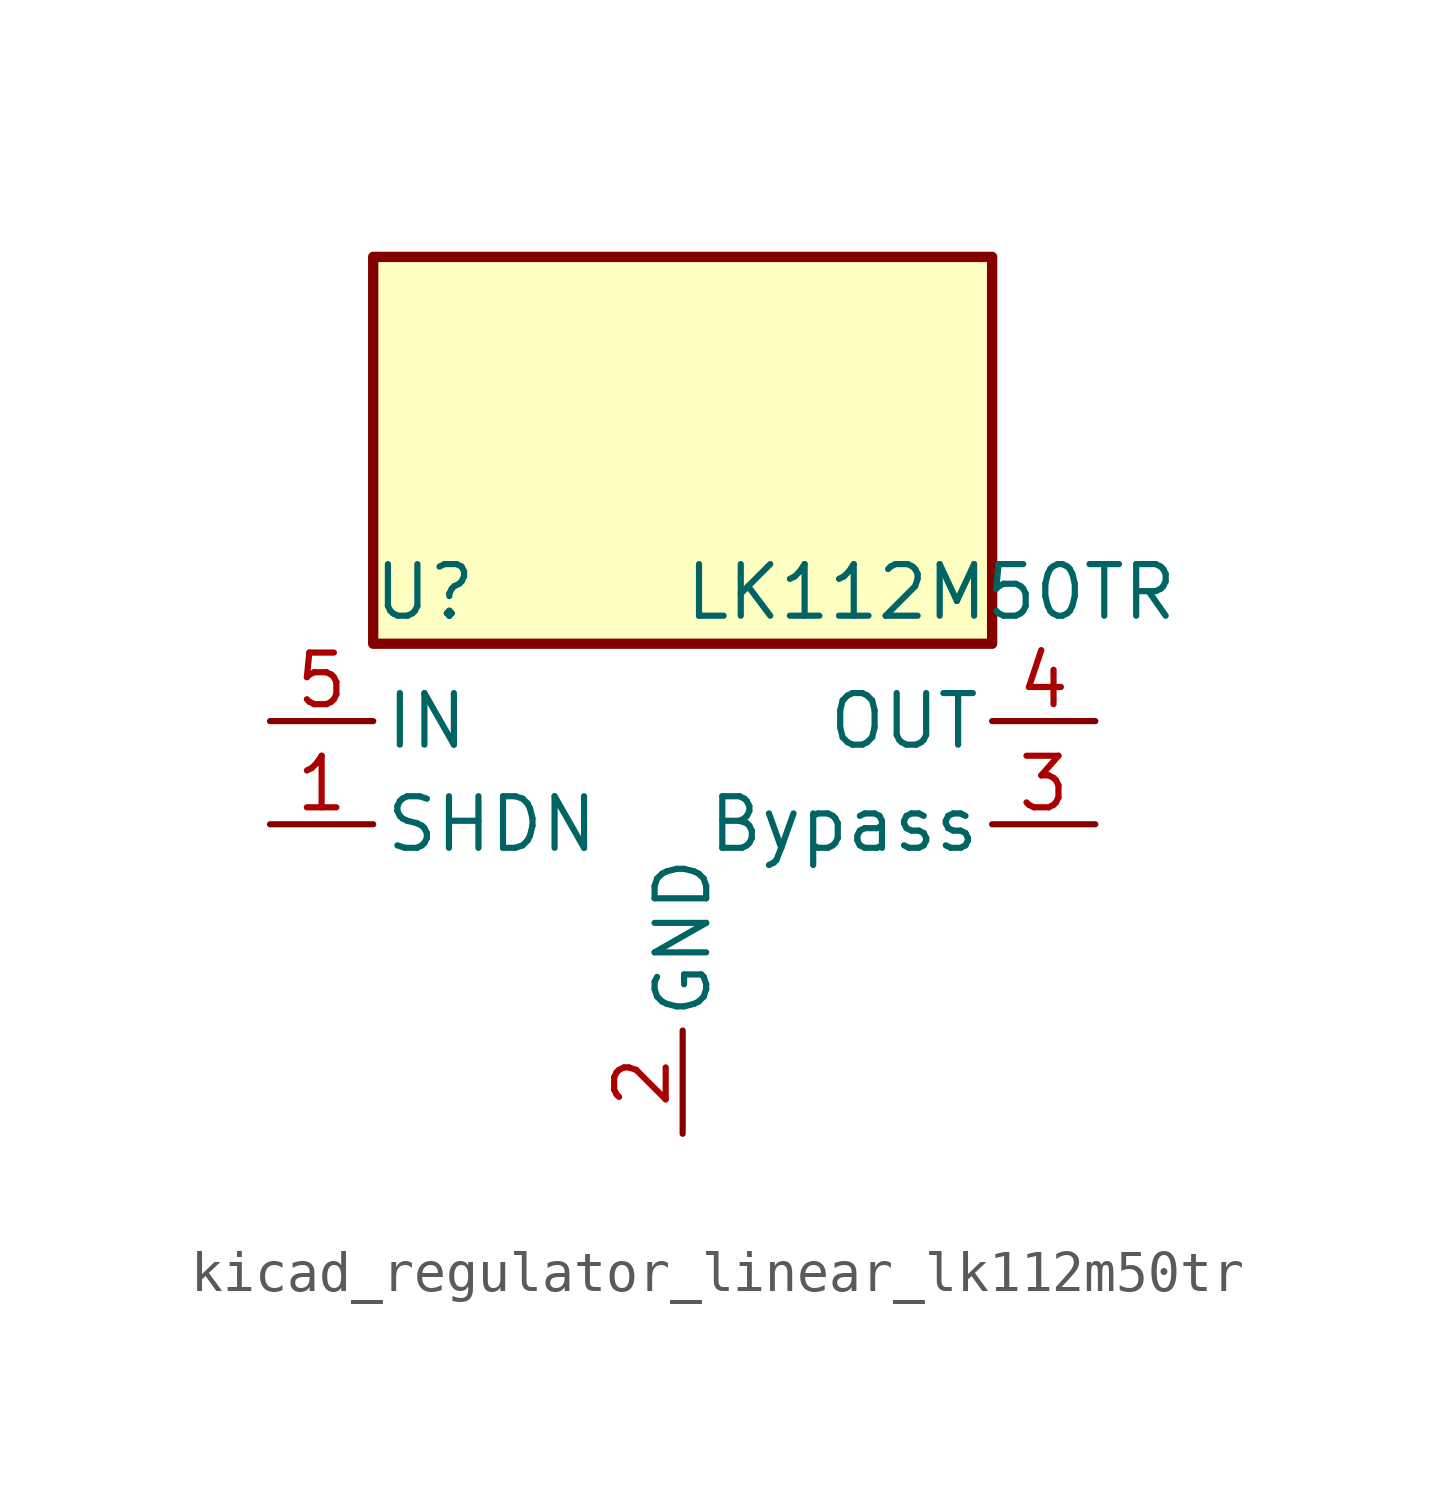
<source format=kicad_sym>
(kicad_symbol_lib
  (version 20220914)
  (generator kicad_symbol_editor)
  (symbol "kicad_regulator_linear_lk112m50tr"
    (pin_names
      (offset 0.254))
    (property "Reference" "U"
      (at -6.35 5.715 0)
      (effects (font (size 1.27 1.27))))
    (property "Value" "LK112M50TR"
      (at 0 5.715 0)
      (effects (font (size 1.27 1.27)) (justify left)))
    (symbol "kicad_regulator_linear_lk112m50tr_0_1"
      (rectangle (start 7.62 13.97) (end -7.62 4.445) (stroke (width 0.254) (type default)) (fill (type background))))
    (symbol "kicad_regulator_linear_lk112m50tr_1_1"
      (pin input line (at -10.16 0 0) (length 2.54) (name "SHDN" (effects (font (size 1.27 1.27)))) (number "1" (effects (font (size 1.27 1.27)))))
      (pin power_in line (at 0 -7.62 90) (length 2.54) (name "GND" (effects (font (size 1.27 1.27)))) (number "2" (effects (font (size 1.27 1.27)))))
      (pin passive line (at 10.16 0 180) (length 2.54) (name "Bypass" (effects (font (size 1.27 1.27)))) (number "3" (effects (font (size 1.27 1.27)))))
      (pin power_out line (at 10.16 2.54 180) (length 2.54) (name "OUT" (effects (font (size 1.27 1.27)))) (number "4" (effects (font (size 1.27 1.27)))))
      (pin power_in line (at -10.16 2.54 0) (length 2.54) (name "IN" (effects (font (size 1.27 1.27)))) (number "5" (effects (font (size 1.27 1.27))))))))
</source>
